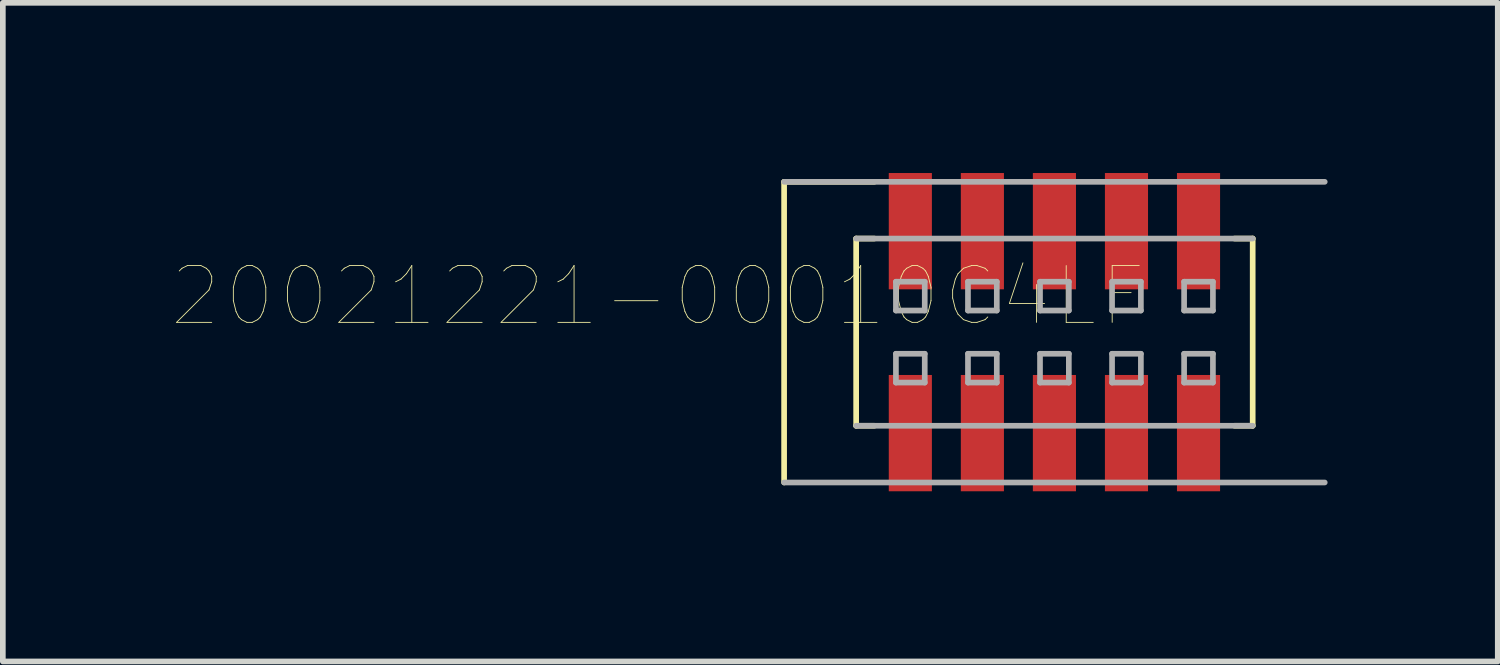
<source format=kicad_pcb>
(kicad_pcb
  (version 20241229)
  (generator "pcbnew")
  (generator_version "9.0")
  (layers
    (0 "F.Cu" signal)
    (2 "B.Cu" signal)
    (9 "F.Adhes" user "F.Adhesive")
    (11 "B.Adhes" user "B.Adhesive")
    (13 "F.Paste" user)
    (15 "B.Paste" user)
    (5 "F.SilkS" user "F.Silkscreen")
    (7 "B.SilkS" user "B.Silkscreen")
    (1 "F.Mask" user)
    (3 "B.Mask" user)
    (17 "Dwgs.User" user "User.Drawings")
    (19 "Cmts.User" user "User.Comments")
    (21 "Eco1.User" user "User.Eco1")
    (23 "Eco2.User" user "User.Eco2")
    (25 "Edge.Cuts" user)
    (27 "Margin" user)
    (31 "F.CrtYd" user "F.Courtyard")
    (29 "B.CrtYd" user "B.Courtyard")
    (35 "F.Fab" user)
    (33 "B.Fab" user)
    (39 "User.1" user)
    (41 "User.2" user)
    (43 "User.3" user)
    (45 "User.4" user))
  (footprint "20021221-00010C4LF"
    (layer "F.Cu")
    (at 15.537 2.805)
    (property "Reference" "20021221-00010C4LF" (at -6.99 -0.635 180) (layer "F.SilkS") (effects (font (size 1.001 1.001) (thickness 0.015))))
    (attr through_hole)
    (fp_line (start -4.765 -2.65) (end -4.765 2.65) (stroke (width 0.1) (type solid)) (layer "F.SilkS"))
    (fp_line (start -3.495 -1.65) (end -3.495 1.65) (stroke (width 0.1) (type solid)) (layer "F.SilkS"))
    (fp_line (start -3.495 1.65) (end -3.175 1.65) (stroke (width 0.1) (type solid)) (layer "F.SilkS"))
    (fp_line (start -3.175 -2.65) (end -4.765 -2.65) (stroke (width 0.1) (type solid)) (layer "F.SilkS"))
    (fp_line (start -3.175 -1.65) (end -3.495 -1.65) (stroke (width 0.1) (type solid)) (layer "F.SilkS"))
    (fp_line (start 3.175 1.65) (end 3.495 1.65) (stroke (width 0.1) (type solid)) (layer "F.SilkS"))
    (fp_line (start 3.495 -1.65) (end 3.175 -1.65) (stroke (width 0.1) (type solid)) (layer "F.SilkS"))
    (fp_line (start 3.495 1.65) (end 3.495 -1.65) (stroke (width 0.1) (type solid)) (layer "F.SilkS"))
    (fp_line (start -4.765 2.65) (end 4.765 2.65) (stroke (width 0.1) (type solid)) (layer "F.Fab"))
    (fp_line (start -3.495 1.65) (end 3.495 1.65) (stroke (width 0.1) (type solid)) (layer "F.Fab"))
    (fp_line (start -2.794 -0.889) (end -2.794 -0.381) (stroke (width 0.1) (type solid)) (layer "F.Fab"))
    (fp_line (start -2.794 -0.381) (end -2.286 -0.381) (stroke (width 0.1) (type solid)) (layer "F.Fab"))
    (fp_line (start -2.794 0.381) (end -2.794 0.889) (stroke (width 0.1) (type solid)) (layer "F.Fab"))
    (fp_line (start -2.794 0.889) (end -2.286 0.889) (stroke (width 0.1) (type solid)) (layer "F.Fab"))
    (fp_line (start -2.286 -0.889) (end -2.794 -0.889) (stroke (width 0.1) (type solid)) (layer "F.Fab"))
    (fp_line (start -2.286 -0.381) (end -2.286 -0.889) (stroke (width 0.1) (type solid)) (layer "F.Fab"))
    (fp_line (start -2.286 0.381) (end -2.794 0.381) (stroke (width 0.1) (type solid)) (layer "F.Fab"))
    (fp_line (start -2.286 0.889) (end -2.286 0.381) (stroke (width 0.1) (type solid)) (layer "F.Fab"))
    (fp_line (start -1.524 -0.889) (end -1.524 -0.381) (stroke (width 0.1) (type solid)) (layer "F.Fab"))
    (fp_line (start -1.524 -0.381) (end -1.016 -0.381) (stroke (width 0.1) (type solid)) (layer "F.Fab"))
    (fp_line (start -1.524 0.381) (end -1.524 0.889) (stroke (width 0.1) (type solid)) (layer "F.Fab"))
    (fp_line (start -1.524 0.889) (end -1.016 0.889) (stroke (width 0.1) (type solid)) (layer "F.Fab"))
    (fp_line (start -1.016 -0.889) (end -1.524 -0.889) (stroke (width 0.1) (type solid)) (layer "F.Fab"))
    (fp_line (start -1.016 -0.381) (end -1.016 -0.889) (stroke (width 0.1) (type solid)) (layer "F.Fab"))
    (fp_line (start -1.016 0.381) (end -1.524 0.381) (stroke (width 0.1) (type solid)) (layer "F.Fab"))
    (fp_line (start -1.016 0.889) (end -1.016 0.381) (stroke (width 0.1) (type solid)) (layer "F.Fab"))
    (fp_line (start -0.254 -0.889) (end -0.254 -0.381) (stroke (width 0.1) (type solid)) (layer "F.Fab"))
    (fp_line (start -0.254 -0.381) (end 0.254 -0.381) (stroke (width 0.1) (type solid)) (layer "F.Fab"))
    (fp_line (start -0.254 0.381) (end -0.254 0.889) (stroke (width 0.1) (type solid)) (layer "F.Fab"))
    (fp_line (start -0.254 0.889) (end 0.254 0.889) (stroke (width 0.1) (type solid)) (layer "F.Fab"))
    (fp_line (start 0.254 -0.889) (end -0.254 -0.889) (stroke (width 0.1) (type solid)) (layer "F.Fab"))
    (fp_line (start 0.254 -0.381) (end 0.254 -0.889) (stroke (width 0.1) (type solid)) (layer "F.Fab"))
    (fp_line (start 0.254 0.381) (end -0.254 0.381) (stroke (width 0.1) (type solid)) (layer "F.Fab"))
    (fp_line (start 0.254 0.889) (end 0.254 0.381) (stroke (width 0.1) (type solid)) (layer "F.Fab"))
    (fp_line (start 1.016 -0.889) (end 1.016 -0.381) (stroke (width 0.1) (type solid)) (layer "F.Fab"))
    (fp_line (start 1.016 -0.381) (end 1.524 -0.381) (stroke (width 0.1) (type solid)) (layer "F.Fab"))
    (fp_line (start 1.016 0.381) (end 1.016 0.889) (stroke (width 0.1) (type solid)) (layer "F.Fab"))
    (fp_line (start 1.016 0.889) (end 1.524 0.889) (stroke (width 0.1) (type solid)) (layer "F.Fab"))
    (fp_line (start 1.524 -0.889) (end 1.016 -0.889) (stroke (width 0.1) (type solid)) (layer "F.Fab"))
    (fp_line (start 1.524 -0.381) (end 1.524 -0.889) (stroke (width 0.1) (type solid)) (layer "F.Fab"))
    (fp_line (start 1.524 0.381) (end 1.016 0.381) (stroke (width 0.1) (type solid)) (layer "F.Fab"))
    (fp_line (start 1.524 0.889) (end 1.524 0.381) (stroke (width 0.1) (type solid)) (layer "F.Fab"))
    (fp_line (start 2.286 -0.889) (end 2.286 -0.381) (stroke (width 0.1) (type solid)) (layer "F.Fab"))
    (fp_line (start 2.286 -0.381) (end 2.794 -0.381) (stroke (width 0.1) (type solid)) (layer "F.Fab"))
    (fp_line (start 2.286 0.381) (end 2.286 0.889) (stroke (width 0.1) (type solid)) (layer "F.Fab"))
    (fp_line (start 2.286 0.889) (end 2.794 0.889) (stroke (width 0.1) (type solid)) (layer "F.Fab"))
    (fp_line (start 2.794 -0.889) (end 2.286 -0.889) (stroke (width 0.1) (type solid)) (layer "F.Fab"))
    (fp_line (start 2.794 -0.381) (end 2.794 -0.889) (stroke (width 0.1) (type solid)) (layer "F.Fab"))
    (fp_line (start 2.794 0.381) (end 2.286 0.381) (stroke (width 0.1) (type solid)) (layer "F.Fab"))
    (fp_line (start 2.794 0.889) (end 2.794 0.381) (stroke (width 0.1) (type solid)) (layer "F.Fab"))
    (fp_line (start 3.495 -1.65) (end -3.495 -1.65) (stroke (width 0.1) (type solid)) (layer "F.Fab"))
    (fp_line (start 4.765 -2.65) (end -4.765 -2.65) (stroke (width 0.1) (type solid)) (layer "F.Fab"))
    (pad "1" smd rect (at -2.54 1.78) (size 0.76 2.05) (layers "F.Cu" "F.Mask" "F.Paste"))
    (pad "2" smd rect (at -2.54 -1.78) (size 0.76 2.05) (layers "F.Cu" "F.Mask" "F.Paste"))
    (pad "3" smd rect (at -1.27 1.78) (size 0.76 2.05) (layers "F.Cu" "F.Mask" "F.Paste"))
    (pad "4" smd rect (at -1.27 -1.78) (size 0.76 2.05) (layers "F.Cu" "F.Mask" "F.Paste"))
    (pad "5" smd rect (at 0 1.78) (size 0.76 2.05) (layers "F.Cu" "F.Mask" "F.Paste"))
    (pad "6" smd rect (at 0 -1.78) (size 0.76 2.05) (layers "F.Cu" "F.Mask" "F.Paste"))
    (pad "7" smd rect (at 1.27 1.78) (size 0.76 2.05) (layers "F.Cu" "F.Mask" "F.Paste"))
    (pad "8" smd rect (at 1.27 -1.78) (size 0.76 2.05) (layers "F.Cu" "F.Mask" "F.Paste"))
    (pad "9" smd rect (at 2.54 1.78) (size 0.76 2.05) (layers "F.Cu" "F.Mask" "F.Paste"))
    (pad "10" smd rect (at 2.54 -1.78) (size 0.76 2.05) (layers "F.Cu" "F.Mask" "F.Paste")))
  (gr_rect
    (start -3 -3)
    (end 23.352 8.61)
    (stroke (width 0.1) (type default))
    (fill no)
    (layer "Edge.Cuts")))
</source>
